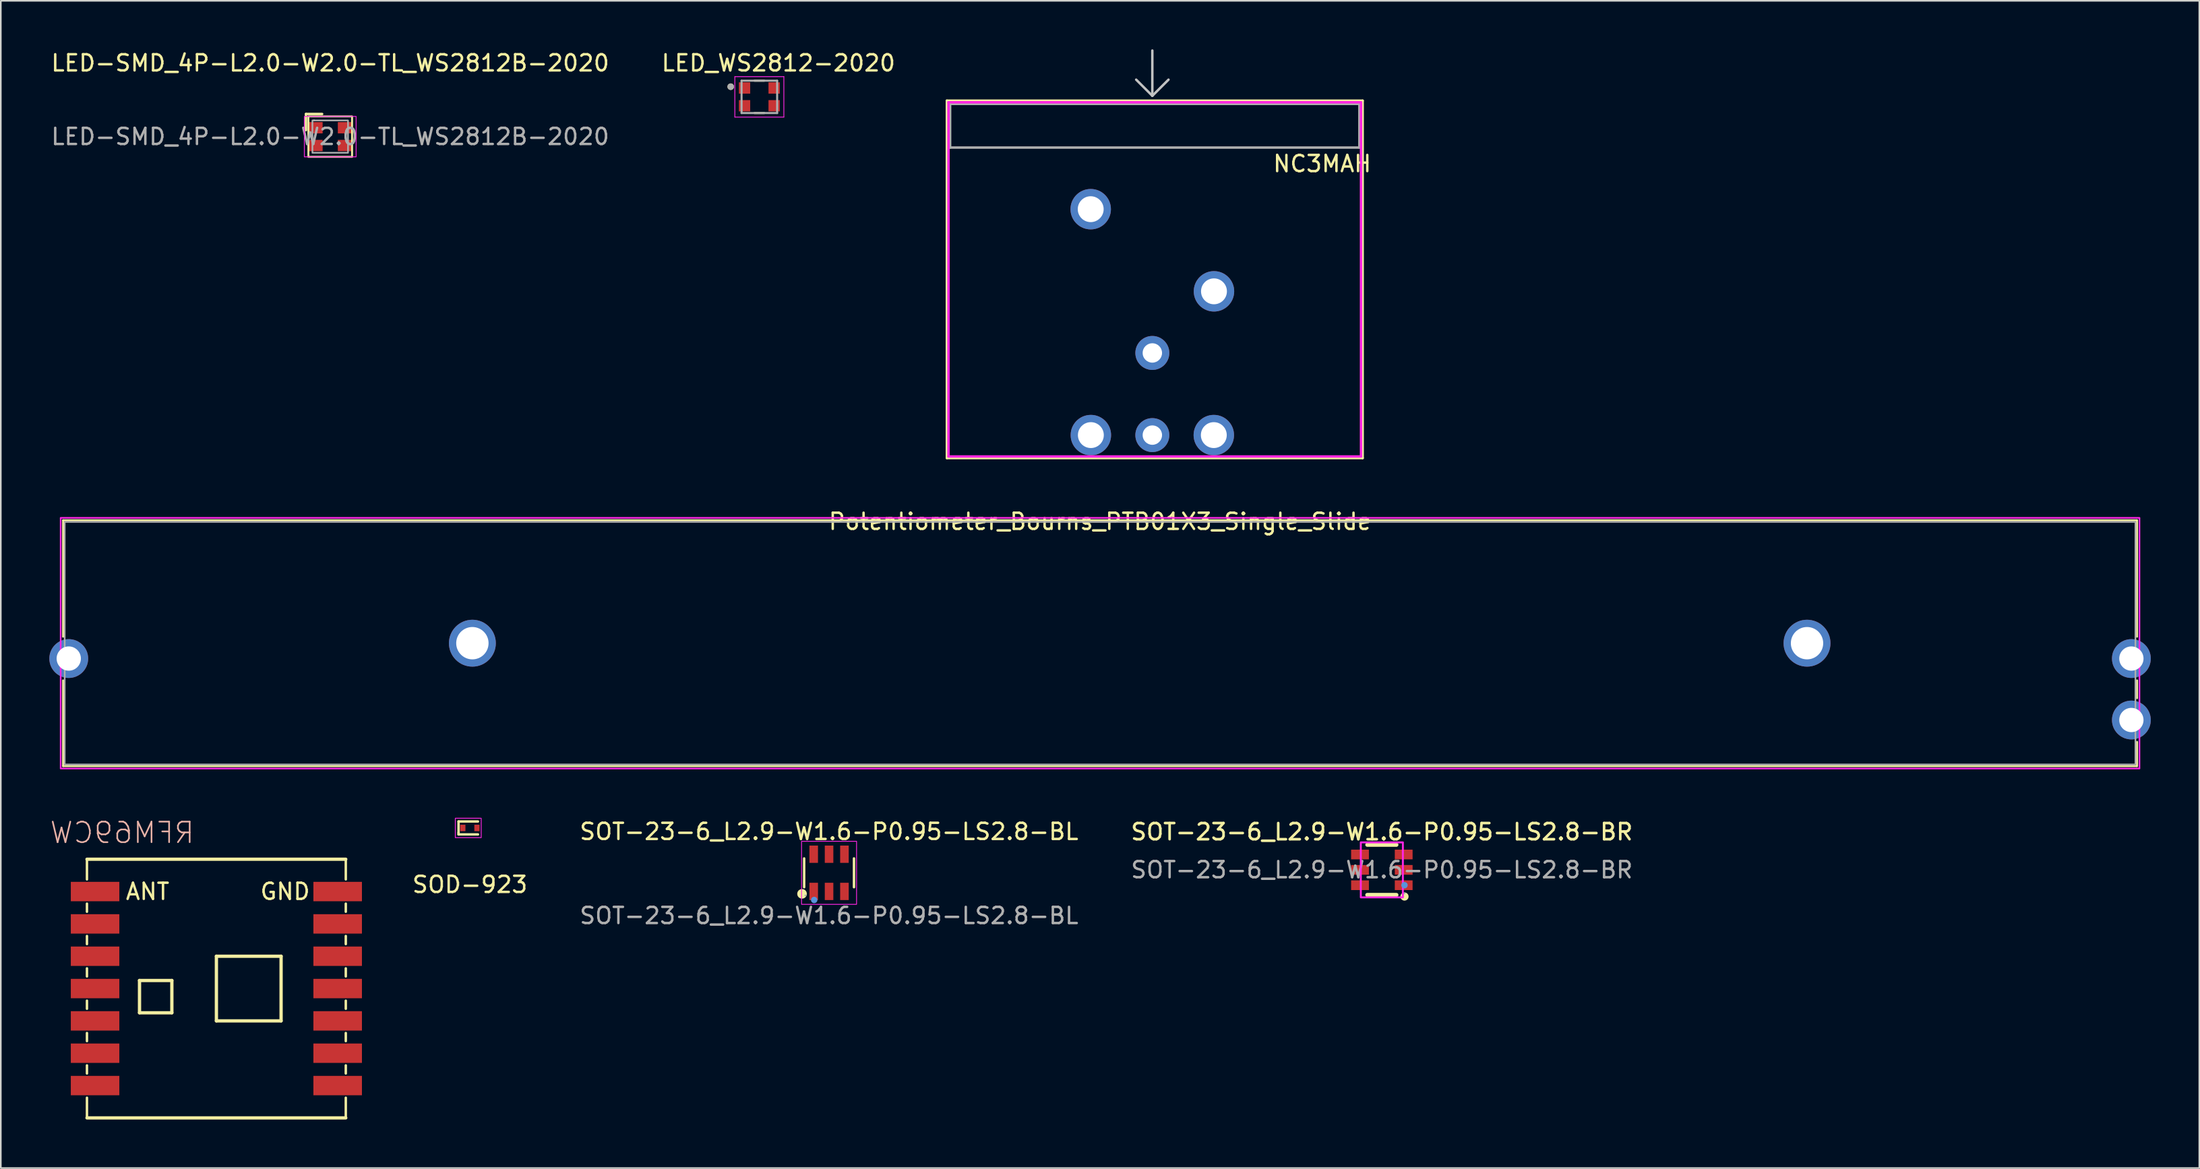
<source format=kicad_pcb>
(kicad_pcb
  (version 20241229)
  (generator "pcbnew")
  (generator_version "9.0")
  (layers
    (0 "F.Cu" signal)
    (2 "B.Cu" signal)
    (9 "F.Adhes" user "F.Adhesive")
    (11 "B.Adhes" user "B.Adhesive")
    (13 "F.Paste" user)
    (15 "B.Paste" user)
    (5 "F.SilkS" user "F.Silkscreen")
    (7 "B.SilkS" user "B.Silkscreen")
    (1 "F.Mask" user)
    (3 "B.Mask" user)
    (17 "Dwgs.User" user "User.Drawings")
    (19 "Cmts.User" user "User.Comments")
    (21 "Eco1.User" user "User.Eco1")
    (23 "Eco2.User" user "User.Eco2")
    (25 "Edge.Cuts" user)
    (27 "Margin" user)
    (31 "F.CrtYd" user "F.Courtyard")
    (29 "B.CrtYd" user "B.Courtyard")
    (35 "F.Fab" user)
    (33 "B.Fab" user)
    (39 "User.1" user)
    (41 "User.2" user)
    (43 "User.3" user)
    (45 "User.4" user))
  (footprint "Potentiometer_Bourns_PTB01X3_Single_Slide"
    (layer "F.Cu")
    (at 64.95 36.723)
    (property "Reference" "Potentiometer_Bourns_PTB01X3_Single_Slide" (at 0 -7.525 0) (unlocked yes) (layer "F.SilkS") (effects (font (size 1 1) (thickness 0.15))))
    (attr through_hole)
    (fp_line (start -64.1 -7.6) (end 64.1 -7.6) (stroke (width 0.12) (type solid)) (layer "F.SilkS"))
    (fp_line (start -64.1 -0.4) (end -64.1 -7.6) (stroke (width 0.12) (type solid)) (layer "F.SilkS"))
    (fp_line (start -64.1 7.6) (end -64.1 2.3) (stroke (width 0.12) (type solid)) (layer "F.SilkS"))
    (fp_line (start 64.1 -7.6) (end 64.1 -0.4) (stroke (width 0.12) (type solid)) (layer "F.SilkS"))
    (fp_line (start 64.1 2.3) (end 64.1 3.4) (stroke (width 0.12) (type solid)) (layer "F.SilkS"))
    (fp_line (start 64.1 6.1) (end 64.1 7.6) (stroke (width 0.12) (type solid)) (layer "F.SilkS"))
    (fp_line (start 64.1 7.6) (end -64.1 7.6) (stroke (width 0.12) (type solid)) (layer "F.SilkS"))
    (fp_rect (start -64.25 -7.75) (end 64.25 7.75) (stroke (width 0.1) (type solid)) (fill no) (layer "F.CrtYd"))
    (fp_rect (start -64 -7.5) (end 64 7.5) (stroke (width 0.1) (type solid)) (fill no) (layer "F.Fab"))
    (pad "1" thru_hole circle (at 63.75 0.95) (size 2.4 2.4) (drill 1.5) (layers "*.Cu" "*.Mask"))
    (pad "2" thru_hole circle (at 63.75 4.75) (size 2.4 2.4) (drill 1.5) (layers "*.Cu" "*.Mask"))
    (pad "3" thru_hole circle (at -63.75 0.95) (size 2.4 2.4) (drill 1.5) (layers "*.Cu" "*.Mask"))
    (pad "~" thru_hole circle (at -38.8 0) (size 2.9 2.9) (drill 2) (layers "*.Cu" "*.Mask"))
    (pad "~" thru_hole circle (at 43.7 0) (size 2.9 2.9) (drill 2) (layers "*.Cu" "*.Mask")))
  (footprint "SOD-923"
    (layer "F.Cu")
    (at 25.995 48.148)
    (property "Reference" "SOD-923" (at 0 3.5 0) (layer "F.SilkS") (effects (font (size 1 1) (thickness 0.15))))
    (attr smd)
    (fp_line (start -0.7 -0.4) (end -0.7 0.3) (stroke (width 0.15) (type solid)) (layer "F.SilkS"))
    (fp_line (start -0.7 -0.4) (end 0.5 -0.4) (stroke (width 0.15) (type solid)) (layer "F.SilkS"))
    (fp_line (start -0.7 0.3) (end -0.7 0.4) (stroke (width 0.15) (type solid)) (layer "F.SilkS"))
    (fp_line (start -0.7 0.4) (end 0.5 0.4) (stroke (width 0.15) (type solid)) (layer "F.SilkS"))
    (fp_rect (start -0.9 -0.6) (end 0.7 0.6) (stroke (width 0.05) (type default)) (fill no) (layer "F.CrtYd"))
    (pad "1" smd rect (at -0.438 0) (size 0.325 0.4) (layers "F.Cu" "F.Mask" "F.Paste"))
    (pad "2" smd rect (at 0.438 0) (size 0.325 0.4) (layers "F.Cu" "F.Mask" "F.Paste")))
  (footprint "LED-SMD_4P-L2.0-W2.0-TL_WS2812B-2020"
    (layer "F.Cu")
    (at 17.363 5.398)
    (property "Reference" "LED-SMD_4P-L2.0-W2.0-TL_WS2812B-2020" (at 0 -4.55 0) (layer "F.SilkS") (effects (font (size 1 1) (thickness 0.15))))
    (attr smd)
    (fp_line (start -1.5 -1.4) (end -1.5 -0.4) (stroke (width 0.15) (type default)) (layer "F.SilkS"))
    (fp_line (start -0.5 -1.4) (end -1.5 -1.4) (stroke (width 0.15) (type default)) (layer "F.SilkS"))
    (fp_rect (start -1.35 -1.25) (end 1.35 1.25) (stroke (width 0.12) (type default)) (fill no) (layer "F.SilkS"))
    (fp_rect (start -1.6 -1.25) (end 1.6 1.25) (stroke (width 0.05) (type default)) (fill no) (layer "F.CrtYd"))
    (fp_rect (start -1.1 -1) (end 1.1 1) (stroke (width 0.1) (type default)) (fill no) (layer "F.Fab"))
    (fp_circle (center -1 -1) (end -0.97 -1) (stroke (width 0.06) (type solid)) (fill no) (layer "F.Fab"))
    (fp_text user "${REFERENCE}" (at 0 0 0) (layer "F.Fab") (effects (font (size 1 1) (thickness 0.15))))
    (pad "1" smd rect (at -0.92 -0.55) (size 0.9 0.7) (layers "F.Cu" "F.Mask" "F.Paste"))
    (pad "2" smd rect (at -0.92 0.55) (size 0.9 0.7) (layers "F.Cu" "F.Mask" "F.Paste"))
    (pad "3" smd rect (at 0.92 0.55) (size 0.9 0.7) (layers "F.Cu" "F.Mask" "F.Paste"))
    (pad "4" smd rect (at 0.92 -0.55) (size 0.9 0.7) (layers "F.Cu" "F.Mask" "F.Paste")))
  (footprint "SOT-23-6_L2.9-W1.6-P0.95-LS2.8-BR"
    (layer "F.Cu")
    (at 82.368 50.739)
    (property "Reference" "SOT-23-6_L2.9-W1.6-P0.95-LS2.8-BR" (at 0 -2.35 0) (layer "F.SilkS") (effects (font (size 1 1) (thickness 0.16))))
    (attr smd)
    (fp_line (start -0.9 -1.55) (end 0.9 -1.55) (stroke (width 0.25) (type solid)) (layer "F.SilkS"))
    (fp_line (start -0.9 1.55) (end 0.9 1.55) (stroke (width 0.25) (type solid)) (layer "F.SilkS"))
    (fp_circle (center 1.4 1.65) (end 1.53 1.65) (stroke (width 0.25) (type solid)) (fill no) (layer "F.SilkS"))
    (fp_circle (center 1.4 0.95) (end 1.5 0.95) (stroke (width 0.2) (type solid)) (fill no) (layer "Cmts.User"))
    (fp_rect (start -1.3 -1.7) (end 1.3 1.7) (stroke (width 0.12) (type default)) (fill no) (layer "F.CrtYd"))
    (fp_circle (center 1.4 1.45) (end 1.43 1.45) (stroke (width 0.06) (type solid)) (fill no) (layer "F.Fab"))
    (fp_text user "${REFERENCE}" (at 0 0 0) (layer "F.Fab") (effects (font (size 1 1) (thickness 0.15))))
    (pad "1" smd rect (at 1.35 0.95) (size 1.1 0.6) (layers "F.Cu" "F.Mask" "F.Paste"))
    (pad "2" smd rect (at 1.35 0) (size 1.1 0.6) (layers "F.Cu" "F.Mask" "F.Paste"))
    (pad "3" smd rect (at 1.35 -0.95) (size 1.1 0.6) (layers "F.Cu" "F.Mask" "F.Paste"))
    (pad "4" smd rect (at -1.35 -0.95) (size 1.1 0.6) (layers "F.Cu" "F.Mask" "F.Paste"))
    (pad "5" smd rect (at -1.35 0) (size 1.1 0.6) (layers "F.Cu" "F.Mask" "F.Paste"))
    (pad "6" smd rect (at -1.35 0.95) (size 1.1 0.6) (layers "F.Cu" "F.Mask" "F.Paste")))
  (footprint "LED_WS2812-2020"
    (layer "F.Cu")
    (at 43.889 2.94)
    (property "Reference" "LED_WS2812-2020" (at 1.177 -2.091 0) (layer "F.SilkS") (effects (font (size 1 1) (thickness 0.15))))
    (attr through_hole)
    (fp_line (start -0.3 -1) (end 0.3 -1) (stroke (width 0.127) (type solid)) (layer "F.SilkS"))
    (fp_line (start -0.3 1) (end 0.3 1) (stroke (width 0.127) (type solid)) (layer "F.SilkS"))
    (fp_circle (center -1.77 -0.63) (end -1.667 -0.63) (stroke (width 0.2) (type solid)) (fill no) (layer "F.SilkS"))
    (fp_line (start -1.515 -1.25) (end -1.515 1.25) (stroke (width 0.05) (type solid)) (layer "F.CrtYd"))
    (fp_line (start -1.515 1.25) (end 1.515 1.25) (stroke (width 0.05) (type solid)) (layer "F.CrtYd"))
    (fp_line (start 1.515 -1.25) (end -1.515 -1.25) (stroke (width 0.05) (type solid)) (layer "F.CrtYd"))
    (fp_line (start 1.515 1.25) (end 1.515 -1.25) (stroke (width 0.05) (type solid)) (layer "F.CrtYd"))
    (fp_line (start -1.1 -1) (end 1.1 -1) (stroke (width 0.127) (type solid)) (layer "F.Fab"))
    (fp_line (start -1.1 1) (end -1.1 -1) (stroke (width 0.127) (type solid)) (layer "F.Fab"))
    (fp_line (start 1.1 -1) (end 1.1 1) (stroke (width 0.127) (type solid)) (layer "F.Fab"))
    (fp_line (start 1.1 1) (end -1.1 1) (stroke (width 0.127) (type solid)) (layer "F.Fab"))
    (fp_circle (center -1.77 -0.63) (end -1.667 -0.63) (stroke (width 0.2) (type solid)) (fill no) (layer "F.Fab"))
    (pad "1" smd rect (at -0.915 -0.55) (size 0.7 0.7) (layers "F.Cu" "F.Mask" "F.Paste"))
    (pad "2" smd rect (at -0.915 0.55) (size 0.7 0.7) (layers "F.Cu" "F.Mask" "F.Paste"))
    (pad "3" smd rect (at 0.915 0.55 180) (size 0.7 0.7) (layers "F.Cu" "F.Mask" "F.Paste"))
    (pad "4" smd rect (at 0.915 -0.55 180) (size 0.7 0.7) (layers "F.Cu" "F.Mask" "F.Paste")))
  (footprint "RFM69CW"
    (placed yes)
    (layer "F.Cu")
    (at 10.325 58.079)
    (property "Reference" "RFM69CW" (at -5.824 -9.634 0) (layer "B.SilkS") (effects (font (size 1.27 1.27) (thickness 0.102)) (justify mirror)))
    (attr smd)
    (fp_line (start -8 -6.75) (end -8 -8) (stroke (width 0.15) (type solid)) (layer "F.SilkS"))
    (fp_line (start -8 -4.75) (end -8 -5.25) (stroke (width 0.15) (type solid)) (layer "F.SilkS"))
    (fp_line (start -8 -2.75) (end -8 -3.25) (stroke (width 0.15) (type solid)) (layer "F.SilkS"))
    (fp_line (start -8 -0.75) (end -8 -1.25) (stroke (width 0.15) (type solid)) (layer "F.SilkS"))
    (fp_line (start -8 1.25) (end -8 0.75) (stroke (width 0.15) (type solid)) (layer "F.SilkS"))
    (fp_line (start -8 3.25) (end -8 2.75) (stroke (width 0.15) (type solid)) (layer "F.SilkS"))
    (fp_line (start -8 5.25) (end -8 4.75) (stroke (width 0.15) (type solid)) (layer "F.SilkS"))
    (fp_line (start -8 8) (end -8 6.75) (stroke (width 0.15) (type solid)) (layer "F.SilkS"))
    (fp_line (start -7.998 -7.998) (end 7.998 -7.998) (stroke (width 0.203) (type solid)) (layer "F.SilkS"))
    (fp_line (start -4.751 1.498) (end -4.751 -0.499) (stroke (width 0.203) (type solid)) (layer "F.SilkS"))
    (fp_line (start -2.752 -0.499) (end -4.751 -0.499) (stroke (width 0.203) (type solid)) (layer "F.SilkS"))
    (fp_line (start -2.752 1.498) (end -4.751 1.498) (stroke (width 0.203) (type solid)) (layer "F.SilkS"))
    (fp_line (start -2.752 1.498) (end -2.752 -0.499) (stroke (width 0.203) (type solid)) (layer "F.SilkS"))
    (fp_line (start 0.002 -1.999) (end 0.002 1.999) (stroke (width 0.203) (type solid)) (layer "F.SilkS"))
    (fp_line (start 0.002 1.999) (end 4 1.999) (stroke (width 0.203) (type solid)) (layer "F.SilkS"))
    (fp_line (start 4 -1.999) (end 0.002 -1.999) (stroke (width 0.203) (type solid)) (layer "F.SilkS"))
    (fp_line (start 4 1.999) (end 4 -1.999) (stroke (width 0.203) (type solid)) (layer "F.SilkS"))
    (fp_line (start 7.998 7.998) (end -7.998 7.998) (stroke (width 0.203) (type solid)) (layer "F.SilkS"))
    (fp_line (start 8 -8) (end 8 -6.75) (stroke (width 0.15) (type solid)) (layer "F.SilkS"))
    (fp_line (start 8 -5.25) (end 8 -4.75) (stroke (width 0.15) (type solid)) (layer "F.SilkS"))
    (fp_line (start 8 -3.25) (end 8 -2.75) (stroke (width 0.15) (type solid)) (layer "F.SilkS"))
    (fp_line (start 8 -1.25) (end 8 -0.75) (stroke (width 0.15) (type solid)) (layer "F.SilkS"))
    (fp_line (start 8 0.75) (end 8 1.25) (stroke (width 0.15) (type solid)) (layer "F.SilkS"))
    (fp_line (start 8 2.75) (end 8 3.25) (stroke (width 0.15) (type solid)) (layer "F.SilkS"))
    (fp_line (start 8 4.75) (end 8 5.25) (stroke (width 0.15) (type solid)) (layer "F.SilkS"))
    (fp_line (start 8 6.75) (end 8 8) (stroke (width 0.15) (type solid)) (layer "F.SilkS"))
    (fp_text user "GND" (at 4.25 -6 0) (layer "F.SilkS") (effects (font (size 1 1) (thickness 0.15))))
    (fp_text user "ANT" (at -4.25 -6 0) (layer "F.SilkS") (effects (font (size 1 1) (thickness 0.15))))
    (pad "1" smd rect (at -7.498 -5.999) (size 3 1.199) (layers "F.Cu" "F.Mask" "F.Paste"))
    (pad "2" smd rect (at -7.498 -3.998) (size 3 1.199) (layers "F.Cu" "F.Mask" "F.Paste"))
    (pad "3" smd rect (at -7.498 -1.999) (size 3 1.199) (layers "F.Cu" "F.Mask" "F.Paste"))
    (pad "4" smd rect (at -7.498 0) (size 3 1.199) (layers "F.Cu" "F.Mask" "F.Paste"))
    (pad "5" smd rect (at -7.498 1.999) (size 3 1.199) (layers "F.Cu" "F.Mask" "F.Paste"))
    (pad "6" smd rect (at -7.498 3.998) (size 3 1.199) (layers "F.Cu" "F.Mask" "F.Paste"))
    (pad "7" smd rect (at -7.498 5.999) (size 3 1.199) (layers "F.Cu" "F.Mask" "F.Paste"))
    (pad "8" smd rect (at 7.498 5.999) (size 3 1.199) (layers "F.Cu" "F.Mask" "F.Paste"))
    (pad "9" smd rect (at 7.498 3.998) (size 3 1.199) (layers "F.Cu" "F.Mask" "F.Paste"))
    (pad "10" smd rect (at 7.498 1.999) (size 3 1.199) (layers "F.Cu" "F.Mask" "F.Paste"))
    (pad "11" smd rect (at 7.498 0) (size 3 1.199) (layers "F.Cu" "F.Mask" "F.Paste"))
    (pad "12" smd rect (at 7.498 -1.999) (size 3 1.199) (layers "F.Cu" "F.Mask" "F.Paste"))
    (pad "13" smd rect (at 7.498 -3.998) (size 3 1.199) (layers "F.Cu" "F.Mask" "F.Paste"))
    (pad "14" smd rect (at 7.498 -5.999) (size 3 1.199) (layers "F.Cu" "F.Mask" "F.Paste")))
  (footprint "NC3MAH"
    (layer "F.Cu")
    (at 68.181 6.075)
    (property "Reference" "NC3MAH" (at 10.5 1 0) (layer "F.SilkS") (effects (font (size 1 1) (thickness 0.15))))
    (attr through_hole)
    (fp_line (start -12.7 -2.9) (end -12.7 19.2) (stroke (width 0.15) (type solid)) (layer "F.SilkS"))
    (fp_line (start -12.7 19.2) (end 13 19.2) (stroke (width 0.15) (type solid)) (layer "F.SilkS"))
    (fp_line (start 13 -2.9) (end -12.7 -2.9) (stroke (width 0.15) (type solid)) (layer "F.SilkS"))
    (fp_line (start 13 19.2) (end 13 -2.9) (stroke (width 0.15) (type solid)) (layer "F.SilkS"))
    (fp_line (start 0 -6) (end 0 -3.2) (stroke (width 0.15) (type solid)) (layer "Dwgs.User"))
    (fp_line (start 0 -3.2) (end -1 -4.2) (stroke (width 0.15) (type solid)) (layer "Dwgs.User"))
    (fp_line (start 0 -3.2) (end 1 -4.2) (stroke (width 0.15) (type solid)) (layer "Dwgs.User"))
    (fp_line (start -12.6 -2.8) (end 12.9 -2.8) (stroke (width 0.15) (type solid)) (layer "F.CrtYd"))
    (fp_line (start -12.6 19.1) (end -12.6 -2.8) (stroke (width 0.15) (type solid)) (layer "F.CrtYd"))
    (fp_line (start 12.9 -2.8) (end 12.9 19.1) (stroke (width 0.15) (type solid)) (layer "F.CrtYd"))
    (fp_line (start 12.9 19.1) (end -12.6 19.1) (stroke (width 0.15) (type solid)) (layer "F.CrtYd"))
    (fp_line (start -12.5 -2.7) (end -12.5 0) (stroke (width 0.15) (type solid)) (layer "F.Fab"))
    (fp_line (start 12.8 -2.7) (end -12.5 -2.7) (stroke (width 0.15) (type solid)) (layer "F.Fab"))
    (fp_line (start 12.8 0) (end -12.5 0) (stroke (width 0.15) (type solid)) (layer "F.Fab"))
    (fp_line (start 12.8 0) (end 12.8 -2.7) (stroke (width 0.15) (type solid)) (layer "F.Fab"))
    (pad "1" thru_hole circle (at 3.8 17.78) (size 2.5 2.5) (drill 1.6) (layers "*.Cu" "*.Mask"))
    (pad "2" thru_hole circle (at -3.8 17.78) (size 2.5 2.5) (drill 1.6) (layers "*.Cu" "*.Mask"))
    (pad "3" thru_hole circle (at 0 17.78) (size 2.1 2.1) (drill 1.2) (layers "*.Cu" "*.Mask"))
    (pad "G" thru_hole circle (at 0 12.7) (size 2.1 2.1) (drill 1.2) (layers "*.Cu" "*.Mask"))
    (pad "~" thru_hole circle (at -3.81 3.81) (size 2.5 2.5) (drill 1.6) (layers "*.Cu" "*.Mask"))
    (pad "~" thru_hole circle (at 3.81 8.89) (size 2.5 2.5) (drill 1.6) (layers "*.Cu" "*.Mask")))
  (footprint "SOT-23-6_L2.9-W1.6-P0.95-LS2.8-BL"
    (layer "F.Cu")
    (at 48.198 50.922)
    (property "Reference" "SOT-23-6_L2.9-W1.6-P0.95-LS2.8-BL" (at 0 -2.55 0) (layer "F.SilkS") (effects (font (size 1 1) (thickness 0.15))))
    (attr smd)
    (fp_line (start -1.54 0.89) (end -1.54 -0.89) (stroke (width 0.15) (type solid)) (layer "F.SilkS"))
    (fp_line (start 1.54 0.89) (end 1.54 -0.89) (stroke (width 0.15) (type solid)) (layer "F.SilkS"))
    (fp_circle (center -1.67 1.3) (end -1.52 1.3) (stroke (width 0.3) (type solid)) (fill no) (layer "F.SilkS"))
    (fp_circle (center -0.92 1.68) (end -0.82 1.68) (stroke (width 0.2) (type solid)) (fill no) (layer "Cmts.User"))
    (fp_rect (start -1.7 -1.95) (end 1.7 1.95) (stroke (width 0.05) (type default)) (fill no) (layer "F.CrtYd"))
    (fp_circle (center -1.46 1.4) (end -1.43 1.4) (stroke (width 0.06) (type solid)) (fill no) (layer "F.Fab"))
    (fp_text user "${REFERENCE}" (at 0 2.65 0) (layer "F.Fab") (effects (font (size 1 1) (thickness 0.15))))
    (pad "1" smd rect (at -0.95 1.15) (size 0.53 1.07) (layers "F.Cu" "F.Mask" "F.Paste"))
    (pad "2" smd rect (at 0 1.15) (size 0.53 1.07) (layers "F.Cu" "F.Mask" "F.Paste"))
    (pad "3" smd rect (at 0.95 1.15) (size 0.53 1.07) (layers "F.Cu" "F.Mask" "F.Paste"))
    (pad "4" smd rect (at 0.95 -1.15) (size 0.53 1.07) (layers "F.Cu" "F.Mask" "F.Paste"))
    (pad "5" smd rect (at 0 -1.15) (size 0.53 1.07) (layers "F.Cu" "F.Mask" "F.Paste"))
    (pad "6" smd rect (at -0.95 -1.15) (size 0.53 1.07) (layers "F.Cu" "F.Mask" "F.Paste")))
  (gr_rect
    (start -3 -3)
    (end 132.9 69.179)
    (stroke (width 0.1) (type default))
    (fill no)
    (layer "Edge.Cuts")))
</source>
